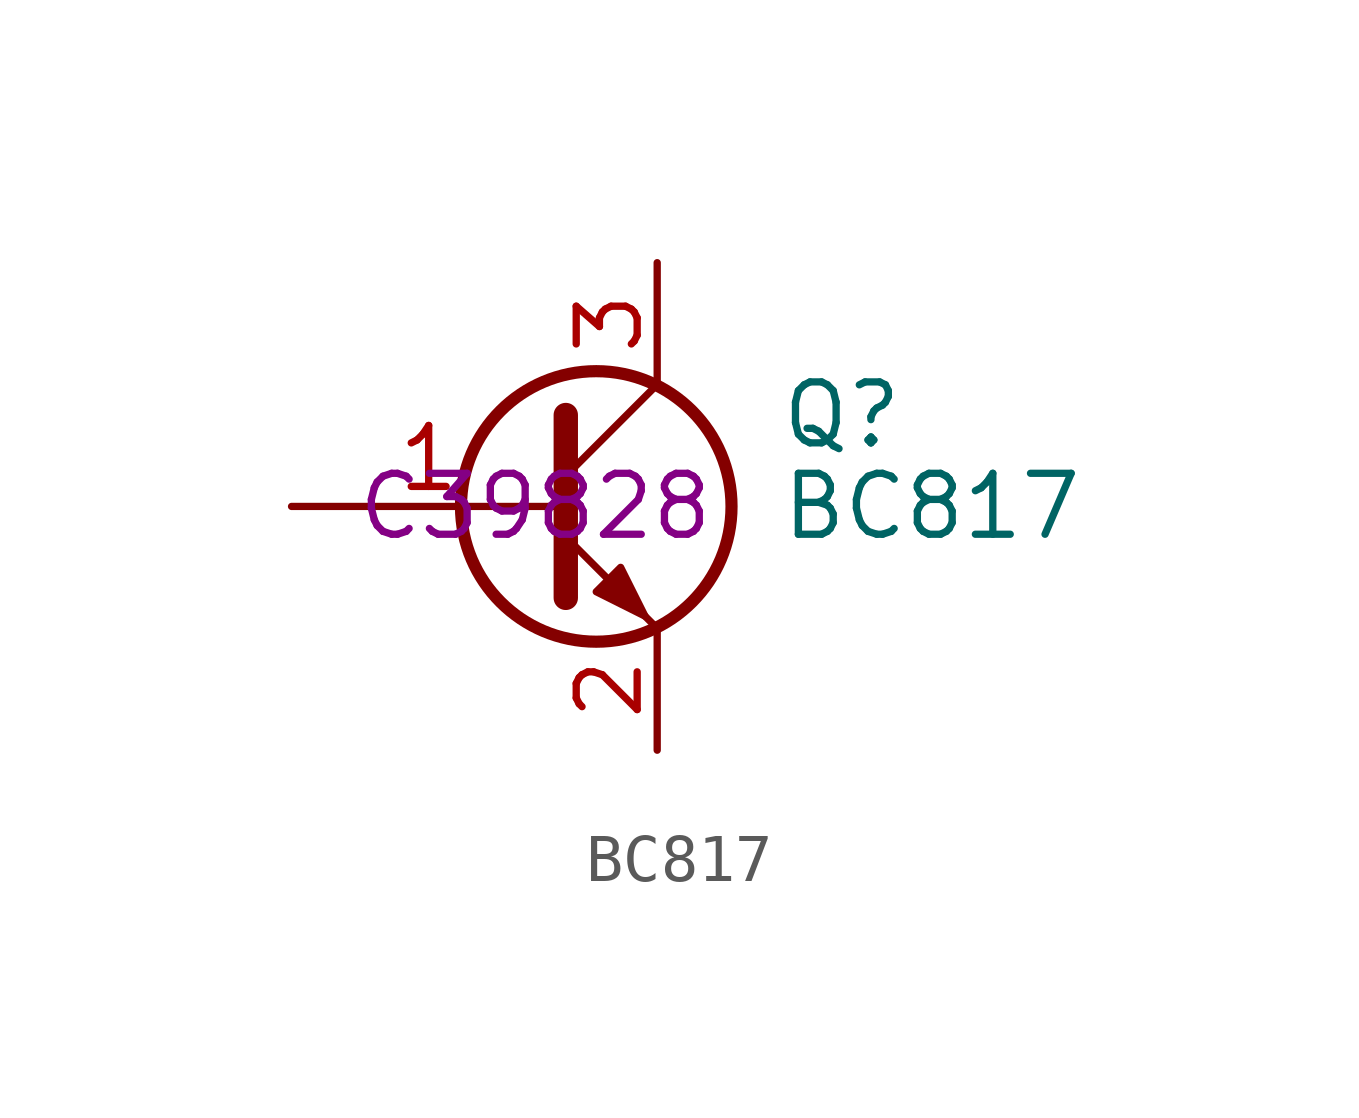
<source format=kicad_sym>
(kicad_symbol_lib
  (version 20220914)
  (generator kicad_symbol_editor)
  (symbol "BC817"
    (pin_names
      (offset 0) hide)
    (property "Reference" "Q"
      (at 5.08 1.905 0)
      (effects (font (size 1.27 1.27)) (justify left)))
    (property "Value" "BC817"
      (at 5.08 0 0)
      (effects (font (size 1.27 1.27)) (justify left)))
    (property "LCSC" "C39828"
      (at 0 0 0)
      (effects (font (size 1.27 1.27))))
    (symbol "BC817_0_1"
      (polyline (pts (xy 0.635 0.635) (xy 2.54 2.54)) (stroke (width 0) (type default)) (fill (type none)))
      (polyline (pts (xy 0.635 -0.635) (xy 2.54 -2.54) (xy 2.54 -2.54)) (stroke (width 0) (type default)) (fill (type none)))
      (polyline (pts (xy 0.635 1.905) (xy 0.635 -1.905) (xy 0.635 -1.905)) (stroke (width 0.508) (type default)) (fill (type none)))
      (polyline (pts (xy 1.27 -1.778) (xy 1.778 -1.27) (xy 2.286 -2.286) (xy 1.27 -1.778) (xy 1.27 -1.778)) (stroke (width 0) (type default)) (fill (type outline)))
      (circle (center 1.27 0) (radius 2.819) (stroke (width 0.254) (type default)) (fill (type none))))
    (symbol "BC817_1_1"
      (pin input line (at -5.08 0 0) (length 5.715) (name "B" (effects (font (size 1.27 1.27)))) (number "1" (effects (font (size 1.27 1.27)))))
      (pin passive line (at 2.54 -5.08 90) (length 2.54) (name "E" (effects (font (size 1.27 1.27)))) (number "2" (effects (font (size 1.27 1.27)))))
      (pin passive line (at 2.54 5.08 270) (length 2.54) (name "C" (effects (font (size 1.27 1.27)))) (number "3" (effects (font (size 1.27 1.27))))))))
</source>
